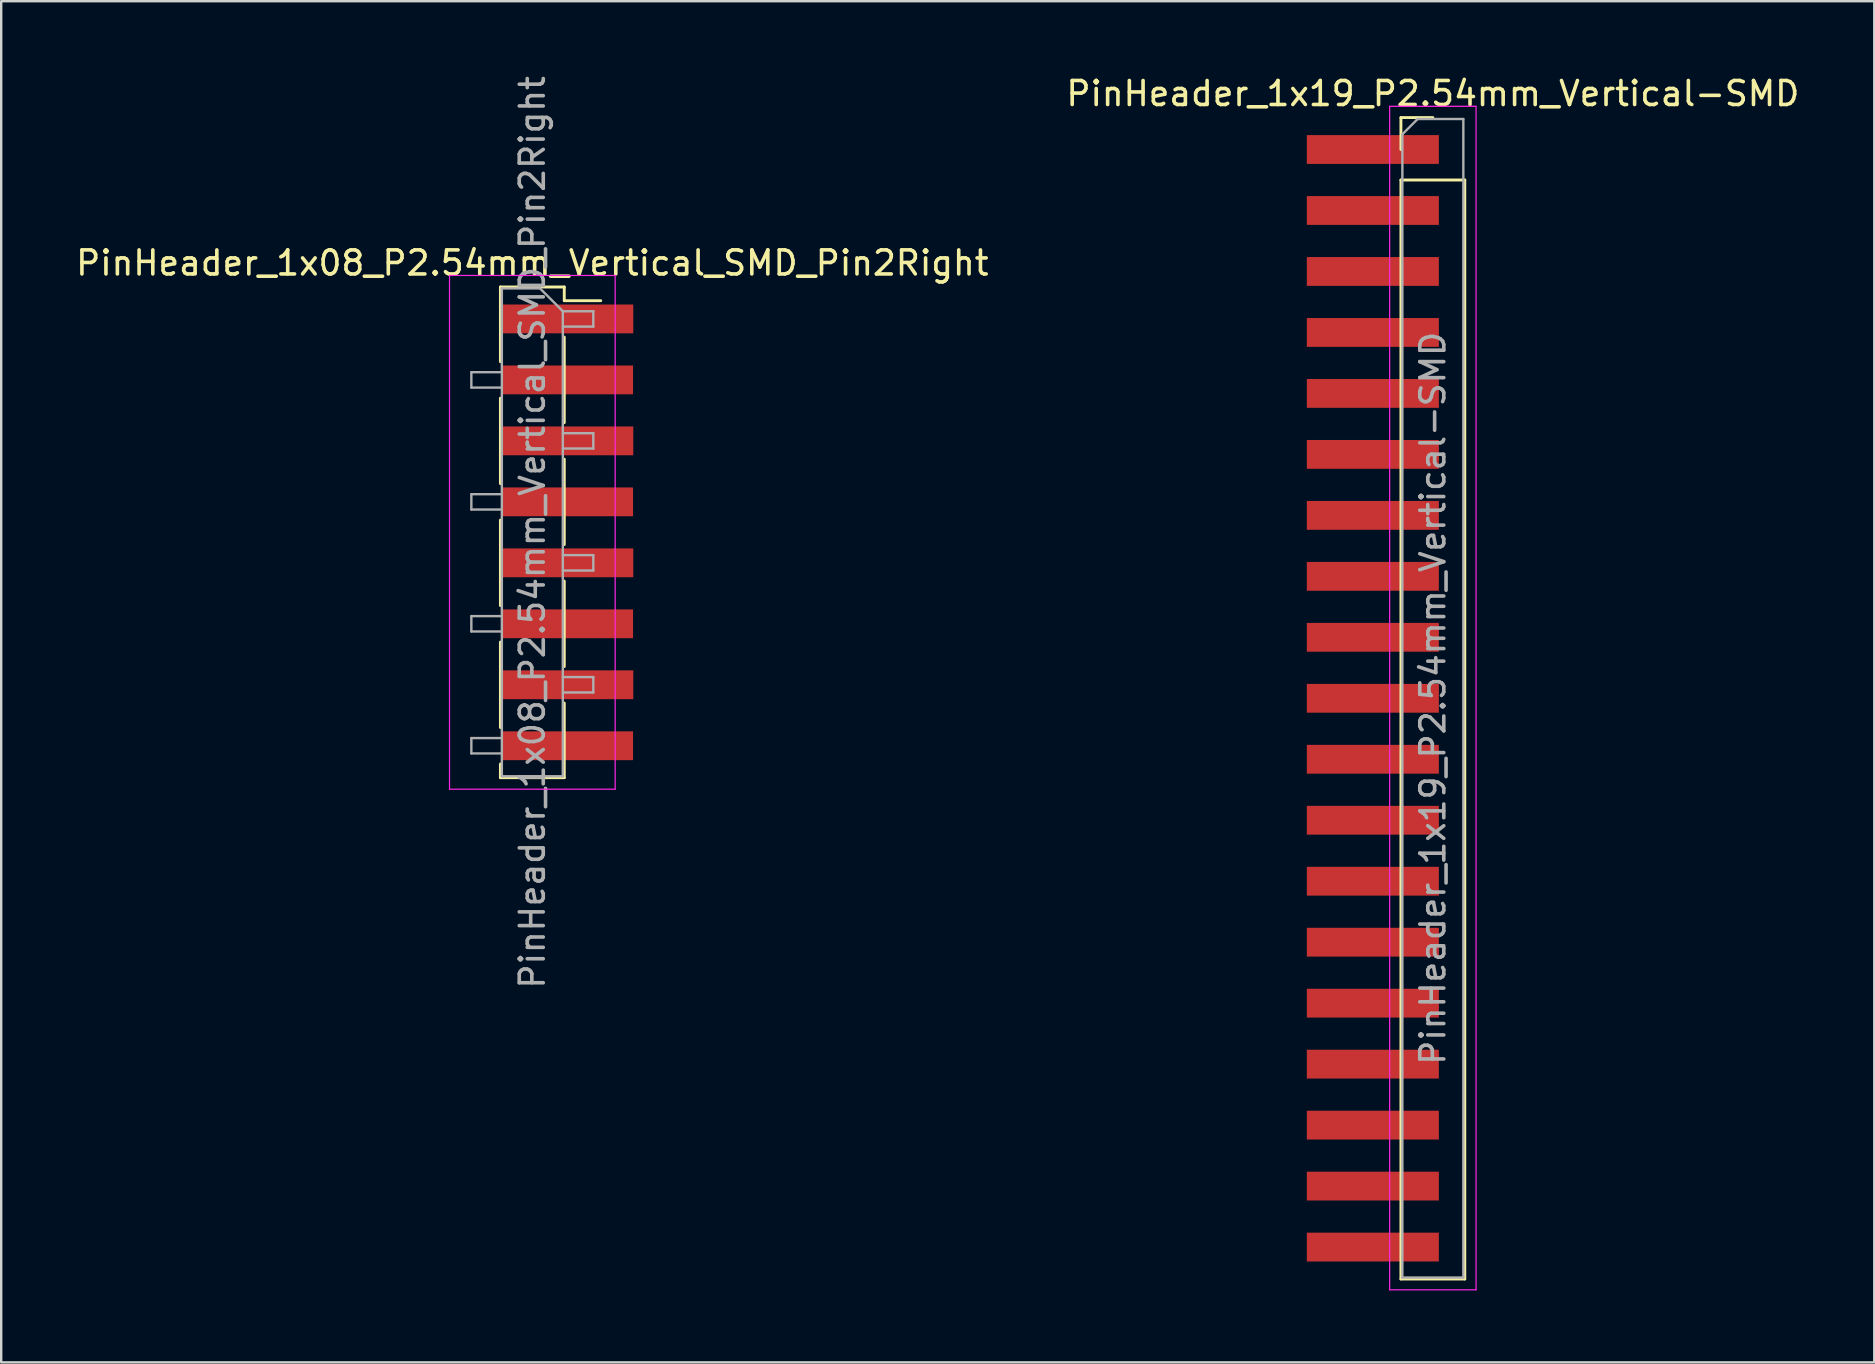
<source format=kicad_pcb>
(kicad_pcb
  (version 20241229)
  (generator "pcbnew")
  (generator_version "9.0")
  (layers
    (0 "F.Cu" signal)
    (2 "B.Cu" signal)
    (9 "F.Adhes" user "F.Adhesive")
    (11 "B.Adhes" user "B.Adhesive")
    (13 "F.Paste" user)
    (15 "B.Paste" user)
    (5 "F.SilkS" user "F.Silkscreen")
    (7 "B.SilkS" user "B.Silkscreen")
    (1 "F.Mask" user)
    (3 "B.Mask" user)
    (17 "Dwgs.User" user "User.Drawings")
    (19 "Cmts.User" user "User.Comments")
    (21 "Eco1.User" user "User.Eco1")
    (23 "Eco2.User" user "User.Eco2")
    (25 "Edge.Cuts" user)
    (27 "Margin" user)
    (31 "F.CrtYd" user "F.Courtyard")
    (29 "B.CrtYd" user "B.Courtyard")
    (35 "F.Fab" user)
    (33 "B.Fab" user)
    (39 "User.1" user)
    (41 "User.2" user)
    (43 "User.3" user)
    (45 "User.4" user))
  (footprint "PinHeader_1x19_P2.54mm_Vertical-SMD"
    (layer "F.Cu")
    (at 56.637 3.178)
    (property "Reference" "PinHeader_1x19_P2.54mm_Vertical-SMD" (at 0 -2.33 0) (layer "F.SilkS") (effects (font (size 1 1) (thickness 0.15))))
    (attr through_hole)
    (fp_line (start -1.33 -1.33) (end 0 -1.33) (stroke (width 0.12) (type solid)) (layer "F.SilkS"))
    (fp_line (start -1.33 0) (end -1.33 -1.33) (stroke (width 0.12) (type solid)) (layer "F.SilkS"))
    (fp_line (start -1.33 1.27) (end -1.33 47.05) (stroke (width 0.12) (type solid)) (layer "F.SilkS"))
    (fp_line (start -1.33 1.27) (end 1.33 1.27) (stroke (width 0.12) (type solid)) (layer "F.SilkS"))
    (fp_line (start -1.33 47.05) (end 1.33 47.05) (stroke (width 0.12) (type solid)) (layer "F.SilkS"))
    (fp_line (start 1.33 1.27) (end 1.33 47.05) (stroke (width 0.12) (type solid)) (layer "F.SilkS"))
    (fp_line (start -1.8 -1.8) (end -1.8 47.5) (stroke (width 0.05) (type solid)) (layer "F.CrtYd"))
    (fp_line (start -1.8 47.5) (end 1.8 47.5) (stroke (width 0.05) (type solid)) (layer "F.CrtYd"))
    (fp_line (start 1.8 -1.8) (end -1.8 -1.8) (stroke (width 0.05) (type solid)) (layer "F.CrtYd"))
    (fp_line (start 1.8 47.5) (end 1.8 -1.8) (stroke (width 0.05) (type solid)) (layer "F.CrtYd"))
    (fp_line (start -1.27 -0.635) (end -0.635 -1.27) (stroke (width 0.1) (type solid)) (layer "F.Fab"))
    (fp_line (start -1.27 46.99) (end -1.27 -0.635) (stroke (width 0.1) (type solid)) (layer "F.Fab"))
    (fp_line (start -0.635 -1.27) (end 1.27 -1.27) (stroke (width 0.1) (type solid)) (layer "F.Fab"))
    (fp_line (start 1.27 -1.27) (end 1.27 46.99) (stroke (width 0.1) (type solid)) (layer "F.Fab"))
    (fp_line (start 1.27 46.99) (end -1.27 46.99) (stroke (width 0.1) (type solid)) (layer "F.Fab"))
    (fp_text user "${REFERENCE}" (at 0 22.86 90) (layer "F.Fab") (effects (font (size 1 1) (thickness 0.15))))
    (pad "1" smd rect (at 0 0) (size 5.5 1.2) (drill (offset -2.5 0)) (layers "F.Cu" "F.Mask" "F.Paste"))
    (pad "2" smd rect (at 0 2.54) (size 5.5 1.2) (drill (offset -2.5 0)) (layers "F.Cu" "F.Mask" "F.Paste"))
    (pad "3" smd rect (at 0 5.08) (size 5.5 1.2) (drill (offset -2.5 0)) (layers "F.Cu" "F.Mask" "F.Paste"))
    (pad "4" smd rect (at 0 7.62) (size 5.5 1.2) (drill (offset -2.5 0)) (layers "F.Cu" "F.Mask" "F.Paste"))
    (pad "5" smd rect (at 0 10.16) (size 5.5 1.2) (drill (offset -2.5 0)) (layers "F.Cu" "F.Mask" "F.Paste"))
    (pad "6" smd rect (at 0 12.7) (size 5.5 1.2) (drill (offset -2.5 0)) (layers "F.Cu" "F.Mask" "F.Paste"))
    (pad "7" smd rect (at 0 15.24) (size 5.5 1.2) (drill (offset -2.5 0)) (layers "F.Cu" "F.Mask" "F.Paste"))
    (pad "8" smd rect (at 0 17.78) (size 5.5 1.2) (drill (offset -2.5 0)) (layers "F.Cu" "F.Mask" "F.Paste"))
    (pad "9" smd rect (at 0 20.32) (size 5.5 1.2) (drill (offset -2.5 0)) (layers "F.Cu" "F.Mask" "F.Paste"))
    (pad "10" smd rect (at 0 22.86) (size 5.5 1.2) (drill (offset -2.5 0)) (layers "F.Cu" "F.Mask" "F.Paste"))
    (pad "11" smd rect (at 0 25.4) (size 5.5 1.2) (drill (offset -2.5 0)) (layers "F.Cu" "F.Mask" "F.Paste"))
    (pad "12" smd rect (at 0 27.94) (size 5.5 1.2) (drill (offset -2.5 0)) (layers "F.Cu" "F.Mask" "F.Paste"))
    (pad "13" smd rect (at 0 30.48) (size 5.5 1.2) (drill (offset -2.5 0)) (layers "F.Cu" "F.Mask" "F.Paste"))
    (pad "14" smd rect (at 0 33.02) (size 5.5 1.2) (drill (offset -2.5 0)) (layers "F.Cu" "F.Mask" "F.Paste"))
    (pad "15" smd rect (at 0 35.56) (size 5.5 1.2) (drill (offset -2.5 0)) (layers "F.Cu" "F.Mask" "F.Paste"))
    (pad "16" smd rect (at 0 38.1) (size 5.5 1.2) (drill (offset -2.5 0)) (layers "F.Cu" "F.Mask" "F.Paste"))
    (pad "17" smd rect (at 0 40.64) (size 5.5 1.2) (drill (offset -2.5 0)) (layers "F.Cu" "F.Mask" "F.Paste"))
    (pad "18" smd rect (at 0 43.18) (size 5.5 1.2) (drill (offset -2.5 0)) (layers "F.Cu" "F.Mask" "F.Paste"))
    (pad "19" smd rect (at 0 45.72) (size 5.5 1.2) (drill (offset -2.5 0)) (layers "F.Cu" "F.Mask" "F.Paste")))
  (footprint "PinHeader_1x08_P2.54mm_Vertical_SMD_Pin2Right"
    (layer "F.Cu")
    (at 19.125 19.125)
    (property "Reference" "PinHeader_1x08_P2.54mm_Vertical_SMD_Pin2Right" (at 0 -11.22 0) (layer "F.SilkS") (effects (font (size 1 1) (thickness 0.15))))
    (attr smd)
    (fp_line (start -1.33 -10.22) (end -1.33 -7.11) (stroke (width 0.12) (type solid)) (layer "F.SilkS"))
    (fp_line (start -1.33 -10.22) (end 1.33 -10.22) (stroke (width 0.12) (type solid)) (layer "F.SilkS"))
    (fp_line (start -1.33 -5.59) (end -1.33 -2.03) (stroke (width 0.12) (type solid)) (layer "F.SilkS"))
    (fp_line (start -1.33 -0.51) (end -1.33 3.05) (stroke (width 0.12) (type solid)) (layer "F.SilkS"))
    (fp_line (start -1.33 4.57) (end -1.33 8.13) (stroke (width 0.12) (type solid)) (layer "F.SilkS"))
    (fp_line (start -1.33 9.65) (end -1.33 10.22) (stroke (width 0.12) (type solid)) (layer "F.SilkS"))
    (fp_line (start -1.33 10.22) (end 1.33 10.22) (stroke (width 0.12) (type solid)) (layer "F.SilkS"))
    (fp_line (start 1.33 -10.22) (end 1.33 -9.65) (stroke (width 0.12) (type solid)) (layer "F.SilkS"))
    (fp_line (start 1.33 -9.65) (end 2.85 -9.65) (stroke (width 0.12) (type solid)) (layer "F.SilkS"))
    (fp_line (start 1.33 -8.13) (end 1.33 -4.57) (stroke (width 0.12) (type solid)) (layer "F.SilkS"))
    (fp_line (start 1.33 -3.05) (end 1.33 0.51) (stroke (width 0.12) (type solid)) (layer "F.SilkS"))
    (fp_line (start 1.33 2.03) (end 1.33 5.59) (stroke (width 0.12) (type solid)) (layer "F.SilkS"))
    (fp_line (start 1.33 7.11) (end 1.33 10.22) (stroke (width 0.12) (type solid)) (layer "F.SilkS"))
    (fp_line (start -3.45 -10.7) (end -3.45 10.7) (stroke (width 0.05) (type solid)) (layer "F.CrtYd"))
    (fp_line (start -3.45 10.7) (end 3.45 10.7) (stroke (width 0.05) (type solid)) (layer "F.CrtYd"))
    (fp_line (start 3.45 -10.7) (end -3.45 -10.7) (stroke (width 0.05) (type solid)) (layer "F.CrtYd"))
    (fp_line (start 3.45 10.7) (end 3.45 -10.7) (stroke (width 0.05) (type solid)) (layer "F.CrtYd"))
    (fp_line (start -2.54 -6.67) (end -2.54 -6.03) (stroke (width 0.1) (type solid)) (layer "F.Fab"))
    (fp_line (start -2.54 -6.03) (end -1.27 -6.03) (stroke (width 0.1) (type solid)) (layer "F.Fab"))
    (fp_line (start -2.54 -1.59) (end -2.54 -0.95) (stroke (width 0.1) (type solid)) (layer "F.Fab"))
    (fp_line (start -2.54 -0.95) (end -1.27 -0.95) (stroke (width 0.1) (type solid)) (layer "F.Fab"))
    (fp_line (start -2.54 3.49) (end -2.54 4.13) (stroke (width 0.1) (type solid)) (layer "F.Fab"))
    (fp_line (start -2.54 4.13) (end -1.27 4.13) (stroke (width 0.1) (type solid)) (layer "F.Fab"))
    (fp_line (start -2.54 8.57) (end -2.54 9.21) (stroke (width 0.1) (type solid)) (layer "F.Fab"))
    (fp_line (start -2.54 9.21) (end -1.27 9.21) (stroke (width 0.1) (type solid)) (layer "F.Fab"))
    (fp_line (start -1.27 -10.16) (end -1.27 10.16) (stroke (width 0.1) (type solid)) (layer "F.Fab"))
    (fp_line (start -1.27 -10.16) (end 0.32 -10.16) (stroke (width 0.1) (type solid)) (layer "F.Fab"))
    (fp_line (start -1.27 -6.67) (end -2.54 -6.67) (stroke (width 0.1) (type solid)) (layer "F.Fab"))
    (fp_line (start -1.27 -1.59) (end -2.54 -1.59) (stroke (width 0.1) (type solid)) (layer "F.Fab"))
    (fp_line (start -1.27 3.49) (end -2.54 3.49) (stroke (width 0.1) (type solid)) (layer "F.Fab"))
    (fp_line (start -1.27 8.57) (end -2.54 8.57) (stroke (width 0.1) (type solid)) (layer "F.Fab"))
    (fp_line (start 1.27 -9.21) (end 0.32 -10.16) (stroke (width 0.1) (type solid)) (layer "F.Fab"))
    (fp_line (start 1.27 -9.21) (end 2.54 -9.21) (stroke (width 0.1) (type solid)) (layer "F.Fab"))
    (fp_line (start 1.27 -4.13) (end 2.54 -4.13) (stroke (width 0.1) (type solid)) (layer "F.Fab"))
    (fp_line (start 1.27 0.95) (end 2.54 0.95) (stroke (width 0.1) (type solid)) (layer "F.Fab"))
    (fp_line (start 1.27 6.03) (end 2.54 6.03) (stroke (width 0.1) (type solid)) (layer "F.Fab"))
    (fp_line (start 1.27 10.16) (end -1.27 10.16) (stroke (width 0.1) (type solid)) (layer "F.Fab"))
    (fp_line (start 1.27 10.16) (end 1.27 -9.21) (stroke (width 0.1) (type solid)) (layer "F.Fab"))
    (fp_line (start 2.54 -9.21) (end 2.54 -8.57) (stroke (width 0.1) (type solid)) (layer "F.Fab"))
    (fp_line (start 2.54 -8.57) (end 1.27 -8.57) (stroke (width 0.1) (type solid)) (layer "F.Fab"))
    (fp_line (start 2.54 -4.13) (end 2.54 -3.49) (stroke (width 0.1) (type solid)) (layer "F.Fab"))
    (fp_line (start 2.54 -3.49) (end 1.27 -3.49) (stroke (width 0.1) (type solid)) (layer "F.Fab"))
    (fp_line (start 2.54 0.95) (end 2.54 1.59) (stroke (width 0.1) (type solid)) (layer "F.Fab"))
    (fp_line (start 2.54 1.59) (end 1.27 1.59) (stroke (width 0.1) (type solid)) (layer "F.Fab"))
    (fp_line (start 2.54 6.03) (end 2.54 6.67) (stroke (width 0.1) (type solid)) (layer "F.Fab"))
    (fp_line (start 2.54 6.67) (end 1.27 6.67) (stroke (width 0.1) (type solid)) (layer "F.Fab"))
    (fp_text user "${REFERENCE}" (at 0 0 90) (layer "F.Fab") (effects (font (size 1 1) (thickness 0.15))))
    (pad "1" smd rect (at 1.655 -8.89) (size 5.5 1.2) (drill (offset -0.2 0)) (layers "F.Cu" "F.Mask" "F.Paste"))
    (pad "2" smd rect (at -1.655 -6.35) (size 5.5 1.2) (drill (offset 3.1 0)) (layers "F.Cu" "F.Mask" "F.Paste"))
    (pad "3" smd rect (at 1.655 -3.81) (size 5.5 1.2) (drill (offset -0.2 0)) (layers "F.Cu" "F.Mask" "F.Paste"))
    (pad "4" smd rect (at -1.655 -1.27) (size 5.5 1.2) (drill (offset 3.1 0)) (layers "F.Cu" "F.Mask" "F.Paste"))
    (pad "5" smd rect (at 1.655 1.27) (size 5.5 1.2) (drill (offset -0.2 0)) (layers "F.Cu" "F.Mask" "F.Paste"))
    (pad "6" smd rect (at -1.655 3.81) (size 5.5 1.2) (drill (offset 3.1 0)) (layers "F.Cu" "F.Mask" "F.Paste"))
    (pad "7" smd rect (at 1.655 6.35) (size 5.5 1.2) (drill (offset -0.2 0)) (layers "F.Cu" "F.Mask" "F.Paste"))
    (pad "8" smd rect (at -1.655 8.89) (size 5.5 1.2) (drill (offset 3.1 0)) (layers "F.Cu" "F.Mask" "F.Paste")))
  (gr_rect
    (start -3 -3)
    (end 75.024 53.703)
    (stroke (width 0.1) (type default))
    (fill no)
    (layer "Edge.Cuts")))
</source>
